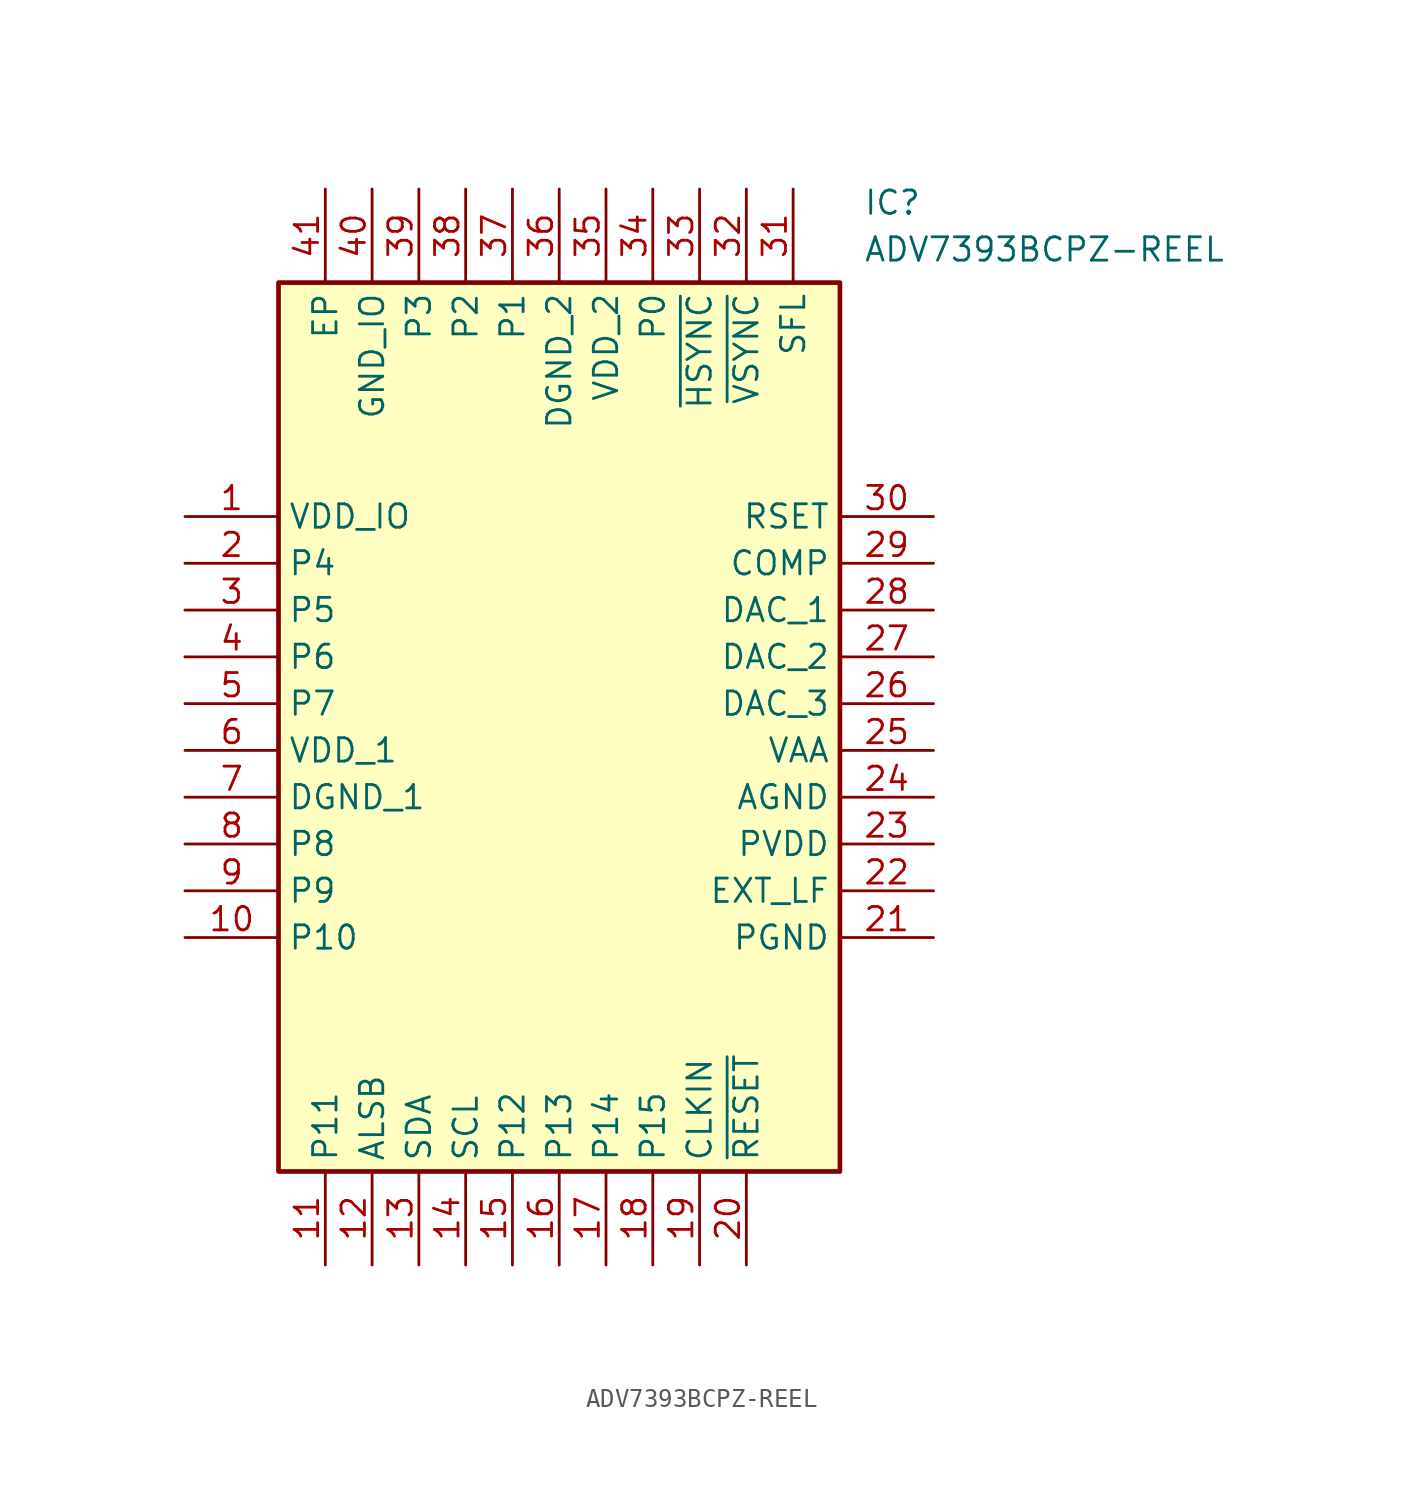
<source format=kicad_sym>
(kicad_symbol_lib
  (version 20211014)
  (generator SamacSys_ECAD_Model)
  (symbol "ADV7393BCPZ-REEL"
    (property "Reference" "IC"
      (at 36.83 17.78 0)
      (effects (font (size 1.27 1.27)) (justify left top)))
    (property "Value" "ADV7393BCPZ-REEL"
      (at 36.83 15.24 0)
      (effects (font (size 1.27 1.27)) (justify left top)))
    (rectangle
      (start 5.08 12.7)
      (end 35.56 -35.56)
      (stroke (width 0.254) (type default))
      (fill (type background)))
    (pin passive line
      (at 0 0 0)
      (length 5.08)
      (name "VDD_IO" (effects (font (size 1.27 1.27))))
      (number "1" (effects (font (size 1.27 1.27)))))
    (pin passive line
      (at 0 -2.54 0)
      (length 5.08)
      (name "P4" (effects (font (size 1.27 1.27))))
      (number "2" (effects (font (size 1.27 1.27)))))
    (pin passive line
      (at 0 -5.08 0)
      (length 5.08)
      (name "P5" (effects (font (size 1.27 1.27))))
      (number "3" (effects (font (size 1.27 1.27)))))
    (pin passive line
      (at 0 -7.62 0)
      (length 5.08)
      (name "P6" (effects (font (size 1.27 1.27))))
      (number "4" (effects (font (size 1.27 1.27)))))
    (pin passive line
      (at 0 -10.16 0)
      (length 5.08)
      (name "P7" (effects (font (size 1.27 1.27))))
      (number "5" (effects (font (size 1.27 1.27)))))
    (pin passive line
      (at 0 -12.7 0)
      (length 5.08)
      (name "VDD_1" (effects (font (size 1.27 1.27))))
      (number "6" (effects (font (size 1.27 1.27)))))
    (pin passive line
      (at 0 -15.24 0)
      (length 5.08)
      (name "DGND_1" (effects (font (size 1.27 1.27))))
      (number "7" (effects (font (size 1.27 1.27)))))
    (pin passive line
      (at 0 -17.78 0)
      (length 5.08)
      (name "P8" (effects (font (size 1.27 1.27))))
      (number "8" (effects (font (size 1.27 1.27)))))
    (pin passive line
      (at 0 -20.32 0)
      (length 5.08)
      (name "P9" (effects (font (size 1.27 1.27))))
      (number "9" (effects (font (size 1.27 1.27)))))
    (pin passive line
      (at 0 -22.86 0)
      (length 5.08)
      (name "P10" (effects (font (size 1.27 1.27))))
      (number "10" (effects (font (size 1.27 1.27)))))
    (pin passive line
      (at 7.62 -40.64 90)
      (length 5.08)
      (name "P11" (effects (font (size 1.27 1.27))))
      (number "11" (effects (font (size 1.27 1.27)))))
    (pin passive line
      (at 10.16 -40.64 90)
      (length 5.08)
      (name "ALSB" (effects (font (size 1.27 1.27))))
      (number "12" (effects (font (size 1.27 1.27)))))
    (pin passive line
      (at 12.7 -40.64 90)
      (length 5.08)
      (name "SDA" (effects (font (size 1.27 1.27))))
      (number "13" (effects (font (size 1.27 1.27)))))
    (pin passive line
      (at 15.24 -40.64 90)
      (length 5.08)
      (name "SCL" (effects (font (size 1.27 1.27))))
      (number "14" (effects (font (size 1.27 1.27)))))
    (pin passive line
      (at 17.78 -40.64 90)
      (length 5.08)
      (name "P12" (effects (font (size 1.27 1.27))))
      (number "15" (effects (font (size 1.27 1.27)))))
    (pin passive line
      (at 20.32 -40.64 90)
      (length 5.08)
      (name "P13" (effects (font (size 1.27 1.27))))
      (number "16" (effects (font (size 1.27 1.27)))))
    (pin passive line
      (at 22.86 -40.64 90)
      (length 5.08)
      (name "P14" (effects (font (size 1.27 1.27))))
      (number "17" (effects (font (size 1.27 1.27)))))
    (pin passive line
      (at 25.4 -40.64 90)
      (length 5.08)
      (name "P15" (effects (font (size 1.27 1.27))))
      (number "18" (effects (font (size 1.27 1.27)))))
    (pin passive line
      (at 27.94 -40.64 90)
      (length 5.08)
      (name "CLKIN" (effects (font (size 1.27 1.27))))
      (number "19" (effects (font (size 1.27 1.27)))))
    (pin passive line
      (at 30.48 -40.64 90)
      (length 5.08)
      (name "~{RESET}" (effects (font (size 1.27 1.27))))
      (number "20" (effects (font (size 1.27 1.27)))))
    (pin passive line
      (at 40.64 0 180)
      (length 5.08)
      (name "RSET" (effects (font (size 1.27 1.27))))
      (number "30" (effects (font (size 1.27 1.27)))))
    (pin passive line
      (at 40.64 -2.54 180)
      (length 5.08)
      (name "COMP" (effects (font (size 1.27 1.27))))
      (number "29" (effects (font (size 1.27 1.27)))))
    (pin passive line
      (at 40.64 -5.08 180)
      (length 5.08)
      (name "DAC_1" (effects (font (size 1.27 1.27))))
      (number "28" (effects (font (size 1.27 1.27)))))
    (pin passive line
      (at 40.64 -7.62 180)
      (length 5.08)
      (name "DAC_2" (effects (font (size 1.27 1.27))))
      (number "27" (effects (font (size 1.27 1.27)))))
    (pin passive line
      (at 40.64 -10.16 180)
      (length 5.08)
      (name "DAC_3" (effects (font (size 1.27 1.27))))
      (number "26" (effects (font (size 1.27 1.27)))))
    (pin passive line
      (at 40.64 -12.7 180)
      (length 5.08)
      (name "VAA" (effects (font (size 1.27 1.27))))
      (number "25" (effects (font (size 1.27 1.27)))))
    (pin passive line
      (at 40.64 -15.24 180)
      (length 5.08)
      (name "AGND" (effects (font (size 1.27 1.27))))
      (number "24" (effects (font (size 1.27 1.27)))))
    (pin passive line
      (at 40.64 -17.78 180)
      (length 5.08)
      (name "PVDD" (effects (font (size 1.27 1.27))))
      (number "23" (effects (font (size 1.27 1.27)))))
    (pin passive line
      (at 40.64 -20.32 180)
      (length 5.08)
      (name "EXT_LF" (effects (font (size 1.27 1.27))))
      (number "22" (effects (font (size 1.27 1.27)))))
    (pin passive line
      (at 40.64 -22.86 180)
      (length 5.08)
      (name "PGND" (effects (font (size 1.27 1.27))))
      (number "21" (effects (font (size 1.27 1.27)))))
    (pin passive line
      (at 7.62 17.78 270)
      (length 5.08)
      (name "EP" (effects (font (size 1.27 1.27))))
      (number "41" (effects (font (size 1.27 1.27)))))
    (pin passive line
      (at 10.16 17.78 270)
      (length 5.08)
      (name "GND_IO" (effects (font (size 1.27 1.27))))
      (number "40" (effects (font (size 1.27 1.27)))))
    (pin passive line
      (at 12.7 17.78 270)
      (length 5.08)
      (name "P3" (effects (font (size 1.27 1.27))))
      (number "39" (effects (font (size 1.27 1.27)))))
    (pin passive line
      (at 15.24 17.78 270)
      (length 5.08)
      (name "P2" (effects (font (size 1.27 1.27))))
      (number "38" (effects (font (size 1.27 1.27)))))
    (pin passive line
      (at 17.78 17.78 270)
      (length 5.08)
      (name "P1" (effects (font (size 1.27 1.27))))
      (number "37" (effects (font (size 1.27 1.27)))))
    (pin passive line
      (at 20.32 17.78 270)
      (length 5.08)
      (name "DGND_2" (effects (font (size 1.27 1.27))))
      (number "36" (effects (font (size 1.27 1.27)))))
    (pin passive line
      (at 22.86 17.78 270)
      (length 5.08)
      (name "VDD_2" (effects (font (size 1.27 1.27))))
      (number "35" (effects (font (size 1.27 1.27)))))
    (pin passive line
      (at 25.4 17.78 270)
      (length 5.08)
      (name "P0" (effects (font (size 1.27 1.27))))
      (number "34" (effects (font (size 1.27 1.27)))))
    (pin passive line
      (at 27.94 17.78 270)
      (length 5.08)
      (name "~{HSYNC}" (effects (font (size 1.27 1.27))))
      (number "33" (effects (font (size 1.27 1.27)))))
    (pin passive line
      (at 30.48 17.78 270)
      (length 5.08)
      (name "~{VSYNC}" (effects (font (size 1.27 1.27))))
      (number "32" (effects (font (size 1.27 1.27)))))
    (pin passive line
      (at 33.02 17.78 270)
      (length 5.08)
      (name "SFL" (effects (font (size 1.27 1.27))))
      (number "31" (effects (font (size 1.27 1.27)))))))
</source>
